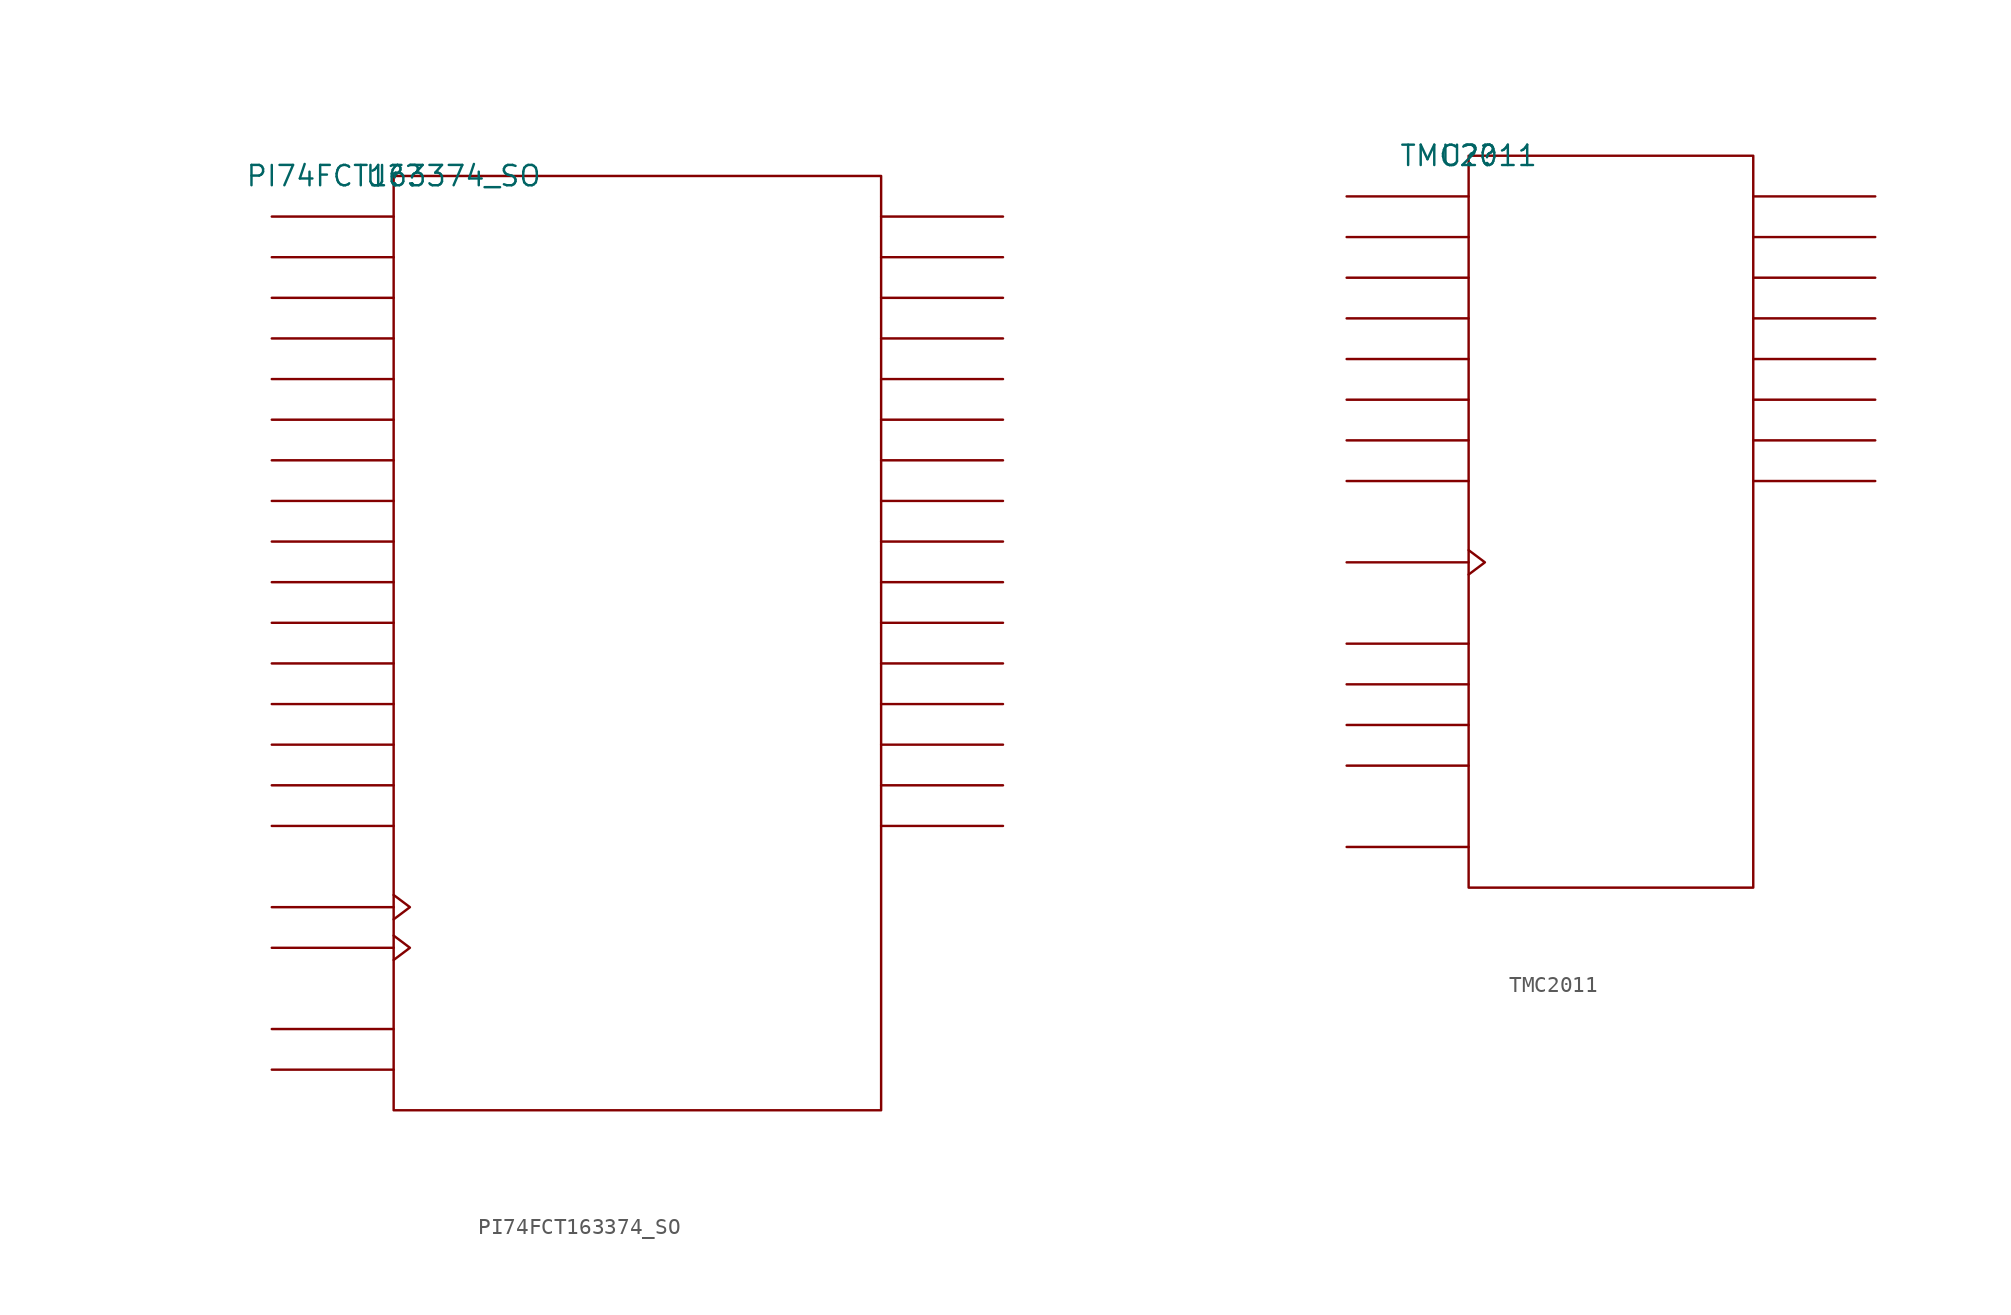
<source format=kicad_sym>
(kicad_symbol_lib
  (version 20211014)
  (generator kicad_symbol_editor)
  (symbol "PI74FCT163374_SO"
    (pin_names
      (offset 0.762))
    (property "Reference" "U?"
      (at 0 0 0)
      (effects (font (size 1.27 1.27))))
    (property "Value" "PI74FCT163374_SO"
      (at 0 0 0)
      (effects (font (size 1.27 1.27))))
    (symbol "PI74FCT163374_SO_0_1"
      (rectangle (start 0 -58.42) (end 30.48 0) (stroke (width 0) (type default) (color 0 0 0 0)) (fill (type none)))
      (polyline (pts (xy 0 -55.88) (xy -7.62 -55.88)) (stroke (width 0) (type default) (color 0 0 0 0)) (fill (type none)))
      (polyline (pts (xy 0 -53.34) (xy -7.62 -53.34)) (stroke (width 0) (type default) (color 0 0 0 0)) (fill (type none)))
      (polyline (pts (xy 0 -48.26) (xy -7.62 -48.26)) (stroke (width 0) (type default) (color 0 0 0 0)) (fill (type none)))
      (polyline (pts (xy 0 -45.72) (xy -7.62 -45.72)) (stroke (width 0) (type default) (color 0 0 0 0)) (fill (type none)))
      (polyline (pts (xy 0 -40.64) (xy -7.62 -40.64)) (stroke (width 0) (type default) (color 0 0 0 0)) (fill (type none)))
      (polyline (pts (xy 0 -38.1) (xy -7.62 -38.1)) (stroke (width 0) (type default) (color 0 0 0 0)) (fill (type none)))
      (polyline (pts (xy 0 -35.56) (xy -7.62 -35.56)) (stroke (width 0) (type default) (color 0 0 0 0)) (fill (type none)))
      (polyline (pts (xy 0 -33.02) (xy -7.62 -33.02)) (stroke (width 0) (type default) (color 0 0 0 0)) (fill (type none)))
      (polyline (pts (xy 0 -30.48) (xy -7.62 -30.48)) (stroke (width 0) (type default) (color 0 0 0 0)) (fill (type none)))
      (polyline (pts (xy 0 -27.94) (xy -7.62 -27.94)) (stroke (width 0) (type default) (color 0 0 0 0)) (fill (type none)))
      (polyline (pts (xy 0 -25.4) (xy -7.62 -25.4)) (stroke (width 0) (type default) (color 0 0 0 0)) (fill (type none)))
      (polyline (pts (xy 0 -22.86) (xy -7.62 -22.86)) (stroke (width 0) (type default) (color 0 0 0 0)) (fill (type none)))
      (polyline (pts (xy 0 -20.32) (xy -7.62 -20.32)) (stroke (width 0) (type default) (color 0 0 0 0)) (fill (type none)))
      (polyline (pts (xy 0 -17.78) (xy -7.62 -17.78)) (stroke (width 0) (type default) (color 0 0 0 0)) (fill (type none)))
      (polyline (pts (xy 0 -15.24) (xy -7.62 -15.24)) (stroke (width 0) (type default) (color 0 0 0 0)) (fill (type none)))
      (polyline (pts (xy 0 -12.7) (xy -7.62 -12.7)) (stroke (width 0) (type default) (color 0 0 0 0)) (fill (type none)))
      (polyline (pts (xy 0 -10.16) (xy -7.62 -10.16)) (stroke (width 0) (type default) (color 0 0 0 0)) (fill (type none)))
      (polyline (pts (xy 0 -7.62) (xy -7.62 -7.62)) (stroke (width 0) (type default) (color 0 0 0 0)) (fill (type none)))
      (polyline (pts (xy 0 -5.08) (xy -7.62 -5.08)) (stroke (width 0) (type default) (color 0 0 0 0)) (fill (type none)))
      (polyline (pts (xy 0 -2.54) (xy -7.62 -2.54)) (stroke (width 0) (type default) (color 0 0 0 0)) (fill (type none)))
      (polyline (pts (xy 30.48 -40.64) (xy 38.1 -40.64)) (stroke (width 0) (type default) (color 0 0 0 0)) (fill (type none)))
      (polyline (pts (xy 30.48 -38.1) (xy 38.1 -38.1)) (stroke (width 0) (type default) (color 0 0 0 0)) (fill (type none)))
      (polyline (pts (xy 30.48 -35.56) (xy 38.1 -35.56)) (stroke (width 0) (type default) (color 0 0 0 0)) (fill (type none)))
      (polyline (pts (xy 30.48 -33.02) (xy 38.1 -33.02)) (stroke (width 0) (type default) (color 0 0 0 0)) (fill (type none)))
      (polyline (pts (xy 30.48 -30.48) (xy 38.1 -30.48)) (stroke (width 0) (type default) (color 0 0 0 0)) (fill (type none)))
      (polyline (pts (xy 30.48 -27.94) (xy 38.1 -27.94)) (stroke (width 0) (type default) (color 0 0 0 0)) (fill (type none)))
      (polyline (pts (xy 30.48 -25.4) (xy 38.1 -25.4)) (stroke (width 0) (type default) (color 0 0 0 0)) (fill (type none)))
      (polyline (pts (xy 30.48 -22.86) (xy 38.1 -22.86)) (stroke (width 0) (type default) (color 0 0 0 0)) (fill (type none)))
      (polyline (pts (xy 30.48 -20.32) (xy 38.1 -20.32)) (stroke (width 0) (type default) (color 0 0 0 0)) (fill (type none)))
      (polyline (pts (xy 30.48 -17.78) (xy 38.1 -17.78)) (stroke (width 0) (type default) (color 0 0 0 0)) (fill (type none)))
      (polyline (pts (xy 30.48 -15.24) (xy 38.1 -15.24)) (stroke (width 0) (type default) (color 0 0 0 0)) (fill (type none)))
      (polyline (pts (xy 30.48 -12.7) (xy 38.1 -12.7)) (stroke (width 0) (type default) (color 0 0 0 0)) (fill (type none)))
      (polyline (pts (xy 30.48 -10.16) (xy 38.1 -10.16)) (stroke (width 0) (type default) (color 0 0 0 0)) (fill (type none)))
      (polyline (pts (xy 30.48 -7.62) (xy 38.1 -7.62)) (stroke (width 0) (type default) (color 0 0 0 0)) (fill (type none)))
      (polyline (pts (xy 30.48 -5.08) (xy 38.1 -5.08)) (stroke (width 0) (type default) (color 0 0 0 0)) (fill (type none)))
      (polyline (pts (xy 30.48 -2.54) (xy 38.1 -2.54)) (stroke (width 0) (type default) (color 0 0 0 0)) (fill (type none)))
      (polyline (pts (xy 0 -47.498) (xy 1.016 -48.26) (xy 0 -49.022)) (stroke (width 0) (type default) (color 0 0 0 0)) (fill (type none)))
      (polyline (pts (xy 0 -44.958) (xy 1.016 -45.72) (xy 0 -46.482)) (stroke (width 0) (type default) (color 0 0 0 0)) (fill (type none))))
    (symbol "PI74FCT163374_SO_1_1"
      (pin unspecified line (at -7.62 -53.34 0) (length 7.62) hide (name "1O\\E\\" (effects (font (size 1.245 1.245)))) (number "1" (effects (font (size 1.245 1.245)))))
      (pin power_in line (at 12.7 -58.42 180) (length 7.62) hide (name "GND" (effects (font (size 1.245 1.245)))) (number "10" (effects (font (size 1.245 1.245)))))
      (pin unspecified line (at 38.1 -17.78 180) (length 7.62) hide (name "&1O6" (effects (font (size 1.245 1.245)))) (number "11" (effects (font (size 1.245 1.245)))))
      (pin unspecified line (at 38.1 -20.32 180) (length 7.62) hide (name "&1O7" (effects (font (size 1.245 1.245)))) (number "12" (effects (font (size 1.245 1.245)))))
      (pin unspecified line (at 38.1 -22.86 180) (length 7.62) hide (name "&2O0" (effects (font (size 1.245 1.245)))) (number "13" (effects (font (size 1.245 1.245)))))
      (pin unspecified line (at 38.1 -25.4 180) (length 7.62) hide (name "&2O1" (effects (font (size 1.245 1.245)))) (number "14" (effects (font (size 1.245 1.245)))))
      (pin power_in line (at 15.24 -58.42 180) (length 7.62) hide (name "GND" (effects (font (size 1.245 1.245)))) (number "15" (effects (font (size 1.245 1.245)))))
      (pin unspecified line (at 38.1 -27.94 180) (length 7.62) hide (name "&2O2" (effects (font (size 1.245 1.245)))) (number "16" (effects (font (size 1.245 1.245)))))
      (pin unspecified line (at 38.1 -30.48 180) (length 7.62) hide (name "&2O3" (effects (font (size 1.245 1.245)))) (number "17" (effects (font (size 1.245 1.245)))))
      (pin power_in line (at 10.16 0 180) (length 7.62) hide (name "VCC" (effects (font (size 1.245 1.245)))) (number "18" (effects (font (size 1.245 1.245)))))
      (pin unspecified line (at 38.1 -33.02 180) (length 7.62) hide (name "&2O4" (effects (font (size 1.245 1.245)))) (number "19" (effects (font (size 1.245 1.245)))))
      (pin unspecified line (at 38.1 -2.54 180) (length 7.62) hide (name "&1O0" (effects (font (size 1.245 1.245)))) (number "2" (effects (font (size 1.245 1.245)))))
      (pin unspecified line (at 38.1 -35.56 180) (length 7.62) hide (name "&2O5" (effects (font (size 1.245 1.245)))) (number "20" (effects (font (size 1.245 1.245)))))
      (pin power_in line (at 17.78 -58.42 180) (length 7.62) hide (name "GND" (effects (font (size 1.245 1.245)))) (number "21" (effects (font (size 1.245 1.245)))))
      (pin unspecified line (at 38.1 -38.1 180) (length 7.62) hide (name "&2O6" (effects (font (size 1.245 1.245)))) (number "22" (effects (font (size 1.245 1.245)))))
      (pin unspecified line (at 38.1 -40.64 180) (length 7.62) hide (name "&2O7" (effects (font (size 1.245 1.245)))) (number "23" (effects (font (size 1.245 1.245)))))
      (pin unspecified line (at -7.62 -55.88 0) (length 7.62) hide (name "2O\\E\\" (effects (font (size 1.245 1.245)))) (number "24" (effects (font (size 1.245 1.245)))))
      (pin unspecified line (at -7.62 -48.26 180) (length 7.62) hide (name "&2CLK" (effects (font (size 1.245 1.245)))) (number "25" (effects (font (size 1.245 1.245)))))
      (pin unspecified line (at -7.62 -40.64 0) (length 7.62) hide (name "&2D7" (effects (font (size 1.245 1.245)))) (number "26" (effects (font (size 1.245 1.245)))))
      (pin unspecified line (at -7.62 -38.1 0) (length 7.62) hide (name "&2D6" (effects (font (size 1.245 1.245)))) (number "27" (effects (font (size 1.245 1.245)))))
      (pin power_in line (at 20.32 -58.42 180) (length 7.62) hide (name "GND" (effects (font (size 1.245 1.245)))) (number "28" (effects (font (size 1.245 1.245)))))
      (pin unspecified line (at -7.62 -35.56 0) (length 7.62) hide (name "&2D5" (effects (font (size 1.245 1.245)))) (number "29" (effects (font (size 1.245 1.245)))))
      (pin unspecified line (at 38.1 -5.08 180) (length 7.62) hide (name "&1O1" (effects (font (size 1.245 1.245)))) (number "3" (effects (font (size 1.245 1.245)))))
      (pin unspecified line (at -7.62 -33.02 0) (length 7.62) hide (name "&2D4" (effects (font (size 1.245 1.245)))) (number "30" (effects (font (size 1.245 1.245)))))
      (pin power_in line (at 12.7 0 0) (length 7.62) hide (name "VCC" (effects (font (size 1.245 1.245)))) (number "31" (effects (font (size 1.245 1.245)))))
      (pin unspecified line (at -7.62 -30.48 0) (length 7.62) hide (name "&2D3" (effects (font (size 1.245 1.245)))) (number "32" (effects (font (size 1.245 1.245)))))
      (pin unspecified line (at -7.62 -27.94 0) (length 7.62) hide (name "&2D2" (effects (font (size 1.245 1.245)))) (number "33" (effects (font (size 1.245 1.245)))))
      (pin power_in line (at 22.86 -58.42 180) (length 7.62) hide (name "GND" (effects (font (size 1.245 1.245)))) (number "34" (effects (font (size 1.245 1.245)))))
      (pin unspecified line (at -7.62 -25.4 0) (length 7.62) hide (name "&2D1" (effects (font (size 1.245 1.245)))) (number "35" (effects (font (size 1.245 1.245)))))
      (pin unspecified line (at -7.62 -22.86 0) (length 7.62) hide (name "&2D0" (effects (font (size 1.245 1.245)))) (number "36" (effects (font (size 1.245 1.245)))))
      (pin unspecified line (at -7.62 -20.32 0) (length 7.62) hide (name "&1D7" (effects (font (size 1.245 1.245)))) (number "37" (effects (font (size 1.245 1.245)))))
      (pin unspecified line (at -7.62 -17.78 0) (length 7.62) hide (name "&1D6" (effects (font (size 1.245 1.245)))) (number "38" (effects (font (size 1.245 1.245)))))
      (pin power_in line (at 25.4 -58.42 180) (length 7.62) hide (name "GND" (effects (font (size 1.245 1.245)))) (number "39" (effects (font (size 1.245 1.245)))))
      (pin power_in line (at 10.16 -58.42 180) (length 7.62) hide (name "GND" (effects (font (size 1.245 1.245)))) (number "4" (effects (font (size 1.245 1.245)))))
      (pin unspecified line (at -7.62 -15.24 0) (length 7.62) hide (name "&1D5" (effects (font (size 1.245 1.245)))) (number "40" (effects (font (size 1.245 1.245)))))
      (pin unspecified line (at -7.62 -12.7 0) (length 7.62) hide (name "&1D4" (effects (font (size 1.245 1.245)))) (number "41" (effects (font (size 1.245 1.245)))))
      (pin power_in line (at 15.24 0 0) (length 7.62) hide (name "VCC" (effects (font (size 1.245 1.245)))) (number "42" (effects (font (size 1.245 1.245)))))
      (pin unspecified line (at -7.62 -10.16 0) (length 7.62) hide (name "&1D3" (effects (font (size 1.245 1.245)))) (number "43" (effects (font (size 1.245 1.245)))))
      (pin unspecified line (at -7.62 -7.62 0) (length 7.62) hide (name "&1D2" (effects (font (size 1.245 1.245)))) (number "44" (effects (font (size 1.245 1.245)))))
      (pin power_in line (at 27.94 -58.42 180) (length 7.62) hide (name "GND" (effects (font (size 1.245 1.245)))) (number "45" (effects (font (size 1.245 1.245)))))
      (pin unspecified line (at -7.62 -5.08 0) (length 7.62) hide (name "&1D1" (effects (font (size 1.245 1.245)))) (number "46" (effects (font (size 1.245 1.245)))))
      (pin unspecified line (at -7.62 -2.54 0) (length 7.62) hide (name "&1D0" (effects (font (size 1.245 1.245)))) (number "47" (effects (font (size 1.245 1.245)))))
      (pin unspecified line (at -7.62 -45.72 180) (length 7.62) hide (name "&1CLK" (effects (font (size 1.245 1.245)))) (number "48" (effects (font (size 1.245 1.245)))))
      (pin unspecified line (at 38.1 -7.62 180) (length 7.62) hide (name "&1O2" (effects (font (size 1.245 1.245)))) (number "5" (effects (font (size 1.245 1.245)))))
      (pin unspecified line (at 38.1 -10.16 180) (length 7.62) hide (name "&1O3" (effects (font (size 1.245 1.245)))) (number "6" (effects (font (size 1.245 1.245)))))
      (pin power_in line (at 7.62 0 180) (length 7.62) hide (name "VCC" (effects (font (size 1.245 1.245)))) (number "7" (effects (font (size 1.245 1.245)))))
      (pin unspecified line (at 38.1 -12.7 180) (length 7.62) hide (name "&1O4" (effects (font (size 1.245 1.245)))) (number "8" (effects (font (size 1.245 1.245)))))
      (pin unspecified line (at 38.1 -15.24 180) (length 7.62) hide (name "&1O5" (effects (font (size 1.245 1.245)))) (number "9" (effects (font (size 1.245 1.245)))))))
  (symbol "TMC2011"
    (pin_names
      (offset 0.762))
    (property "Reference" "U?"
      (at 0 0 0)
      (effects (font (size 1.27 1.27))))
    (property "Value" "TMC2011"
      (at 0 0 0)
      (effects (font (size 1.27 1.27))))
    (symbol "TMC2011_0_1"
      (rectangle (start 0 -45.72) (end 17.78 0) (stroke (width 0) (type default) (color 0 0 0 0)) (fill (type none)))
      (polyline (pts (xy 0 -43.18) (xy -7.62 -43.18)) (stroke (width 0) (type default) (color 0 0 0 0)) (fill (type none)))
      (polyline (pts (xy 0 -38.1) (xy -7.62 -38.1)) (stroke (width 0) (type default) (color 0 0 0 0)) (fill (type none)))
      (polyline (pts (xy 0 -35.56) (xy -7.62 -35.56)) (stroke (width 0) (type default) (color 0 0 0 0)) (fill (type none)))
      (polyline (pts (xy 0 -33.02) (xy -7.62 -33.02)) (stroke (width 0) (type default) (color 0 0 0 0)) (fill (type none)))
      (polyline (pts (xy 0 -30.48) (xy -7.62 -30.48)) (stroke (width 0) (type default) (color 0 0 0 0)) (fill (type none)))
      (polyline (pts (xy 0 -25.4) (xy -7.62 -25.4)) (stroke (width 0) (type default) (color 0 0 0 0)) (fill (type none)))
      (polyline (pts (xy 0 -20.32) (xy -7.62 -20.32)) (stroke (width 0) (type default) (color 0 0 0 0)) (fill (type none)))
      (polyline (pts (xy 0 -17.78) (xy -7.62 -17.78)) (stroke (width 0) (type default) (color 0 0 0 0)) (fill (type none)))
      (polyline (pts (xy 0 -15.24) (xy -7.62 -15.24)) (stroke (width 0) (type default) (color 0 0 0 0)) (fill (type none)))
      (polyline (pts (xy 0 -12.7) (xy -7.62 -12.7)) (stroke (width 0) (type default) (color 0 0 0 0)) (fill (type none)))
      (polyline (pts (xy 0 -10.16) (xy -7.62 -10.16)) (stroke (width 0) (type default) (color 0 0 0 0)) (fill (type none)))
      (polyline (pts (xy 0 -7.62) (xy -7.62 -7.62)) (stroke (width 0) (type default) (color 0 0 0 0)) (fill (type none)))
      (polyline (pts (xy 0 -5.08) (xy -7.62 -5.08)) (stroke (width 0) (type default) (color 0 0 0 0)) (fill (type none)))
      (polyline (pts (xy 0 -2.54) (xy -7.62 -2.54)) (stroke (width 0) (type default) (color 0 0 0 0)) (fill (type none)))
      (polyline (pts (xy 17.78 -20.32) (xy 25.4 -20.32)) (stroke (width 0) (type default) (color 0 0 0 0)) (fill (type none)))
      (polyline (pts (xy 17.78 -17.78) (xy 25.4 -17.78)) (stroke (width 0) (type default) (color 0 0 0 0)) (fill (type none)))
      (polyline (pts (xy 17.78 -15.24) (xy 25.4 -15.24)) (stroke (width 0) (type default) (color 0 0 0 0)) (fill (type none)))
      (polyline (pts (xy 17.78 -12.7) (xy 25.4 -12.7)) (stroke (width 0) (type default) (color 0 0 0 0)) (fill (type none)))
      (polyline (pts (xy 17.78 -10.16) (xy 25.4 -10.16)) (stroke (width 0) (type default) (color 0 0 0 0)) (fill (type none)))
      (polyline (pts (xy 17.78 -7.62) (xy 25.4 -7.62)) (stroke (width 0) (type default) (color 0 0 0 0)) (fill (type none)))
      (polyline (pts (xy 17.78 -5.08) (xy 25.4 -5.08)) (stroke (width 0) (type default) (color 0 0 0 0)) (fill (type none)))
      (polyline (pts (xy 17.78 -2.54) (xy 25.4 -2.54)) (stroke (width 0) (type default) (color 0 0 0 0)) (fill (type none)))
      (polyline (pts (xy 0 -24.638) (xy 1.016 -25.4) (xy 0 -26.162)) (stroke (width 0) (type default) (color 0 0 0 0)) (fill (type none))))
    (symbol "TMC2011_1_1"
      (pin unspecified line (at -7.62 -2.54 0) (length 7.62) hide (name "DI0" (effects (font (size 1.245 1.245)))) (number "1" (effects (font (size 1.245 1.245)))))
      (pin unspecified line (at -7.62 -15.24 0) (length 7.62) hide (name "DI5" (effects (font (size 1.245 1.245)))) (number "10" (effects (font (size 1.245 1.245)))))
      (pin unspecified line (at -7.62 -17.78 0) (length 7.62) hide (name "DI6" (effects (font (size 1.245 1.245)))) (number "11" (effects (font (size 1.245 1.245)))))
      (pin unspecified line (at -7.62 -20.32 0) (length 7.62) hide (name "DI7" (effects (font (size 1.245 1.245)))) (number "12" (effects (font (size 1.245 1.245)))))
      (pin unspecified line (at 25.4 -20.32 180) (length 7.62) hide (name "DO7" (effects (font (size 1.245 1.245)))) (number "13" (effects (font (size 1.245 1.245)))))
      (pin unspecified line (at 25.4 -17.78 180) (length 7.62) hide (name "DO6" (effects (font (size 1.245 1.245)))) (number "14" (effects (font (size 1.245 1.245)))))
      (pin unspecified line (at 25.4 -15.24 180) (length 7.62) hide (name "DO5" (effects (font (size 1.245 1.245)))) (number "15" (effects (font (size 1.245 1.245)))))
      (pin unspecified line (at 25.4 -12.7 180) (length 7.62) hide (name "DO4" (effects (font (size 1.245 1.245)))) (number "16" (effects (font (size 1.245 1.245)))))
      (pin unspecified line (at -7.62 -43.18 0) (length 7.62) hide (name "MC" (effects (font (size 1.245 1.245)))) (number "17" (effects (font (size 1.245 1.245)))))
      (pin power_in line (at 7.62 -45.72 0) (length 7.62) hide (name "GND" (effects (font (size 1.245 1.245)))) (number "18" (effects (font (size 1.245 1.245)))))
      (pin unspecified line (at -7.62 -38.1 0) (length 7.62) hide (name "L3" (effects (font (size 1.245 1.245)))) (number "19" (effects (font (size 1.245 1.245)))))
      (pin unspecified line (at -7.62 -5.08 0) (length 7.62) hide (name "DI1" (effects (font (size 1.245 1.245)))) (number "2" (effects (font (size 1.245 1.245)))))
      (pin unspecified line (at -7.62 -35.56 0) (length 7.62) hide (name "L2" (effects (font (size 1.245 1.245)))) (number "20" (effects (font (size 1.245 1.245)))))
      (pin unspecified line (at 25.4 -10.16 180) (length 7.62) hide (name "DO3" (effects (font (size 1.245 1.245)))) (number "21" (effects (font (size 1.245 1.245)))))
      (pin unspecified line (at 25.4 -7.62 180) (length 7.62) hide (name "DO2" (effects (font (size 1.245 1.245)))) (number "22" (effects (font (size 1.245 1.245)))))
      (pin unspecified line (at 25.4 -5.08 180) (length 7.62) hide (name "DO1" (effects (font (size 1.245 1.245)))) (number "23" (effects (font (size 1.245 1.245)))))
      (pin unspecified line (at 25.4 -2.54 180) (length 7.62) hide (name "DO0" (effects (font (size 1.245 1.245)))) (number "24" (effects (font (size 1.245 1.245)))))
      (pin unspecified line (at -7.62 -7.62 0) (length 7.62) hide (name "DI2" (effects (font (size 1.245 1.245)))) (number "3" (effects (font (size 1.245 1.245)))))
      (pin unspecified line (at -7.62 -10.16 0) (length 7.62) hide (name "DI3" (effects (font (size 1.245 1.245)))) (number "4" (effects (font (size 1.245 1.245)))))
      (pin unspecified line (at -7.62 -30.48 0) (length 7.62) hide (name "L0" (effects (font (size 1.245 1.245)))) (number "5" (effects (font (size 1.245 1.245)))))
      (pin unspecified line (at -7.62 -33.02 0) (length 7.62) hide (name "L1" (effects (font (size 1.245 1.245)))) (number "6" (effects (font (size 1.245 1.245)))))
      (pin power_in line (at 7.62 0 180) (length 7.62) hide (name "VCC" (effects (font (size 1.245 1.245)))) (number "7" (effects (font (size 1.245 1.245)))))
      (pin unspecified line (at -7.62 -25.4 180) (length 7.62) hide (name "CLK" (effects (font (size 1.245 1.245)))) (number "8" (effects (font (size 1.245 1.245)))))
      (pin unspecified line (at -7.62 -12.7 0) (length 7.62) hide (name "DI4" (effects (font (size 1.245 1.245)))) (number "9" (effects (font (size 1.245 1.245))))))))
</source>
